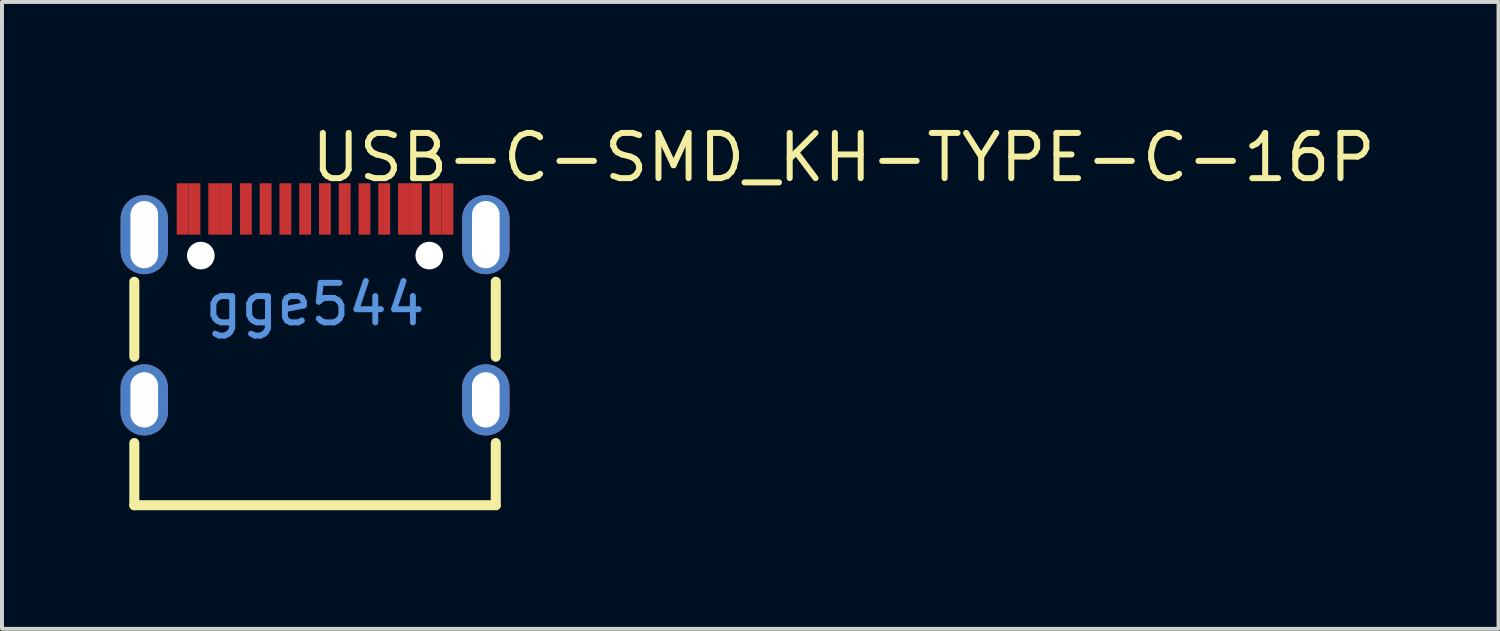
<source format=kicad_pcb>
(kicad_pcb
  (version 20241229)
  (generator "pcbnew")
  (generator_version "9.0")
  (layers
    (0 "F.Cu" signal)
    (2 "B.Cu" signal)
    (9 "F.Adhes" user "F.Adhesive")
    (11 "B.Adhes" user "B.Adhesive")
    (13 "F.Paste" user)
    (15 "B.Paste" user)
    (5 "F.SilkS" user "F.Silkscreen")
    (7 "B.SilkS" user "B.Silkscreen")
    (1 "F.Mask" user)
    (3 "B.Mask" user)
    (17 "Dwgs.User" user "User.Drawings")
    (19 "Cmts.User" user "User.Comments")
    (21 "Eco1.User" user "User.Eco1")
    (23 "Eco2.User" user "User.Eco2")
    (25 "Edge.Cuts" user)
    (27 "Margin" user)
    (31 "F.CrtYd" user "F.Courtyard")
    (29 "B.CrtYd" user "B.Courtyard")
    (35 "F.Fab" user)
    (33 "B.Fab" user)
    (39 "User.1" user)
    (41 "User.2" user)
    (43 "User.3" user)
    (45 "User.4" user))
  (footprint "USB-C-SMD_KH-TYPE-C-16P"
    (layer "F.Cu")
    (at 4.92 4.651)
    (property "Reference" "USB-C-SMD_KH-TYPE-C-16P" (at -0.175 -3.716 0) (layer "F.SilkS") (effects (font (size 1.143 1.143) (thickness 0.152)) (justify left)))
    (attr smd)
    (fp_line (start -4.572 -0.573) (end -4.572 1.323) (stroke (width 0.254) (type solid)) (layer "F.SilkS"))
    (fp_line (start -4.572 3.507) (end -4.572 5.08) (stroke (width 0.254) (type solid)) (layer "F.SilkS"))
    (fp_line (start -4.572 5.08) (end 4.572 5.08) (stroke (width 0.254) (type solid)) (layer "F.SilkS"))
    (fp_line (start 4.572 1.323) (end 4.572 -0.573) (stroke (width 0.254) (type solid)) (layer "F.SilkS"))
    (fp_line (start 4.572 5.08) (end 4.572 3.507) (stroke (width 0.254) (type solid)) (layer "F.SilkS"))
    (fp_poly (pts (xy -3.45 -3.01) (xy -2.95 -3.01) (xy -2.95 -1.82) (xy -3.45 -1.82)) (stroke (width 0) (type solid)) (fill yes) (layer "F.Paste"))
    (fp_poly (pts (xy -2.65 -3.01) (xy -2.15 -3.01) (xy -2.15 -1.82) (xy -2.65 -1.82)) (stroke (width 0) (type solid)) (fill yes) (layer "F.Paste"))
    (fp_poly (pts (xy -1.9 -3.06) (xy -1.6 -3.06) (xy -1.6 -1.77) (xy -1.9 -1.77)) (stroke (width 0) (type solid)) (fill yes) (layer "F.Paste"))
    (fp_poly (pts (xy -1.4 -3.06) (xy -1.1 -3.06) (xy -1.1 -1.77) (xy -1.4 -1.77)) (stroke (width 0) (type solid)) (fill yes) (layer "F.Paste"))
    (fp_poly (pts (xy -0.9 -3.06) (xy -0.6 -3.06) (xy -0.6 -1.77) (xy -0.9 -1.77)) (stroke (width 0) (type solid)) (fill yes) (layer "F.Paste"))
    (fp_poly (pts (xy -0.4 -3.06) (xy -0.1 -3.06) (xy -0.1 -1.77) (xy -0.4 -1.77)) (stroke (width 0) (type solid)) (fill yes) (layer "F.Paste"))
    (fp_poly (pts (xy 0.1 -3.06) (xy 0.4 -3.06) (xy 0.4 -1.77) (xy 0.1 -1.77)) (stroke (width 0) (type solid)) (fill yes) (layer "F.Paste"))
    (fp_poly (pts (xy 0.6 -3.06) (xy 0.9 -3.06) (xy 0.9 -1.77) (xy 0.6 -1.77)) (stroke (width 0) (type solid)) (fill yes) (layer "F.Paste"))
    (fp_poly (pts (xy 1.1 -3.06) (xy 1.4 -3.06) (xy 1.4 -1.77) (xy 1.1 -1.77)) (stroke (width 0) (type solid)) (fill yes) (layer "F.Paste"))
    (fp_poly (pts (xy 1.6 -3.06) (xy 1.9 -3.06) (xy 1.9 -1.77) (xy 1.6 -1.77)) (stroke (width 0) (type solid)) (fill yes) (layer "F.Paste"))
    (fp_poly (pts (xy 2.15 -3.01) (xy 2.65 -3.01) (xy 2.65 -1.82) (xy 2.15 -1.82)) (stroke (width 0) (type solid)) (fill yes) (layer "F.Paste"))
    (fp_poly (pts (xy 2.95 -3.01) (xy 3.45 -3.01) (xy 3.45 -1.82) (xy 2.95 -1.82)) (stroke (width 0) (type solid)) (fill yes) (layer "F.Paste"))
    (fp_circle (center -2.89 -1.235) (end -2.765 -1.235) (stroke (width 0.25) (type solid)) (fill no) (layer "Cmts.User"))
    (fp_circle (center 2.89 -1.235) (end 3.015 -1.235) (stroke (width 0.25) (type solid)) (fill no) (layer "Cmts.User"))
    (fp_text user "gge544" (at 0 0 0) (layer "Cmts.User") (effects (font (size 1 1) (thickness 0.15))))
    (pad "" np_thru_hole circle (at -2.89 -1.235) (size 0.7 0.7) (drill 0.7) (layers "*.Cu" "*.Mask"))
    (pad "" np_thru_hole circle (at 2.89 -1.235) (size 0.7 0.7) (drill 0.7) (layers "*.Cu" "*.Mask"))
    (pad "1" thru_hole oval (at -4.32 -1.765) (size 1.2 2) (drill oval 0.7 1.7) (layers "*.Cu" "*.Paste" "*.Mask"))
    (pad "2" thru_hole oval (at 4.32 -1.765) (size 1.2 2) (drill oval 0.7 1.7) (layers "*.Cu" "*.Paste" "*.Mask"))
    (pad "3" thru_hole oval (at -4.32 2.415) (size 1.2 1.8) (drill oval 0.7 1.4) (layers "*.Cu" "*.Paste" "*.Mask"))
    (pad "4" thru_hole oval (at 4.32 2.415) (size 1.2 1.8) (drill oval 0.7 1.4) (layers "*.Cu" "*.Paste" "*.Mask"))
    (pad "A1" smd rect (at -3.35 -2.415) (size 0.3 1.3) (layers "F.Cu" "F.Mask" "F.Paste"))
    (pad "A4" smd rect (at -2.55 -2.415) (size 0.3 1.3) (layers "F.Cu" "F.Mask" "F.Paste"))
    (pad "A5" smd rect (at -1.25 -2.415) (size 0.3 1.3) (layers "F.Cu" "F.Mask" "F.Paste"))
    (pad "A6" smd rect (at -0.25 -2.415) (size 0.3 1.3) (layers "F.Cu" "F.Mask" "F.Paste"))
    (pad "A7" smd rect (at 0.25 -2.415) (size 0.3 1.3) (layers "F.Cu" "F.Mask" "F.Paste"))
    (pad "A8" smd rect (at 1.25 -2.415) (size 0.3 1.3) (layers "F.Cu" "F.Mask" "F.Paste"))
    (pad "A9" smd rect (at 2.55 -2.415) (size 0.3 1.3) (layers "F.Cu" "F.Mask" "F.Paste"))
    (pad "A12" smd rect (at 3.35 -2.415) (size 0.3 1.3) (layers "F.Cu" "F.Mask" "F.Paste"))
    (pad "B1" smd rect (at 3.05 -2.415) (size 0.3 1.3) (layers "F.Cu" "F.Mask" "F.Paste"))
    (pad "B4" smd rect (at 2.25 -2.415) (size 0.3 1.3) (layers "F.Cu" "F.Mask" "F.Paste"))
    (pad "B5" smd rect (at 1.75 -2.415) (size 0.3 1.3) (layers "F.Cu" "F.Mask" "F.Paste"))
    (pad "B6" smd rect (at 0.75 -2.415) (size 0.3 1.3) (layers "F.Cu" "F.Mask" "F.Paste"))
    (pad "B7" smd rect (at -0.75 -2.415) (size 0.3 1.3) (layers "F.Cu" "F.Mask" "F.Paste"))
    (pad "B8" smd rect (at -1.75 -2.415) (size 0.3 1.3) (layers "F.Cu" "F.Mask" "F.Paste"))
    (pad "B9" smd rect (at -2.25 -2.415) (size 0.3 1.3) (layers "F.Cu" "F.Mask" "F.Paste"))
    (pad "B12" smd rect (at -3.05 -2.415) (size 0.3 1.3) (layers "F.Cu" "F.Mask" "F.Paste")))
  (gr_rect
    (start -3 -3)
    (end 34.86 12.858)
    (stroke (width 0.1) (type default))
    (fill no)
    (layer "Edge.Cuts")))
</source>
